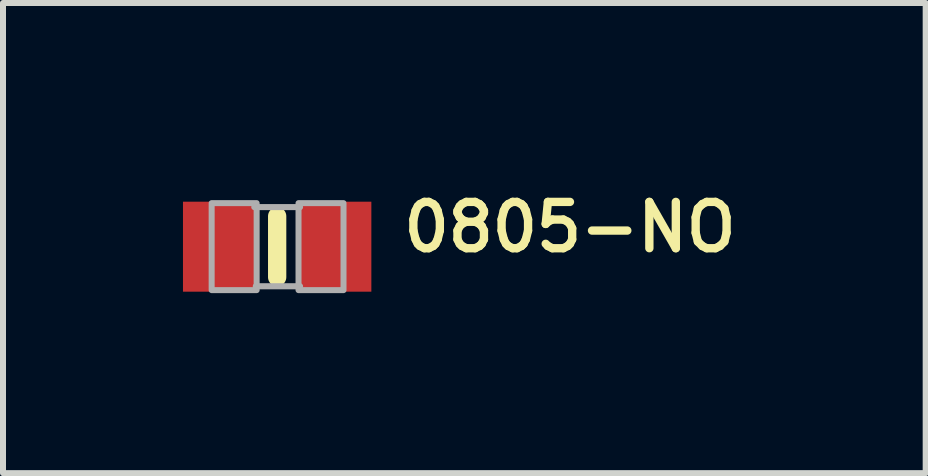
<source format=kicad_pcb>
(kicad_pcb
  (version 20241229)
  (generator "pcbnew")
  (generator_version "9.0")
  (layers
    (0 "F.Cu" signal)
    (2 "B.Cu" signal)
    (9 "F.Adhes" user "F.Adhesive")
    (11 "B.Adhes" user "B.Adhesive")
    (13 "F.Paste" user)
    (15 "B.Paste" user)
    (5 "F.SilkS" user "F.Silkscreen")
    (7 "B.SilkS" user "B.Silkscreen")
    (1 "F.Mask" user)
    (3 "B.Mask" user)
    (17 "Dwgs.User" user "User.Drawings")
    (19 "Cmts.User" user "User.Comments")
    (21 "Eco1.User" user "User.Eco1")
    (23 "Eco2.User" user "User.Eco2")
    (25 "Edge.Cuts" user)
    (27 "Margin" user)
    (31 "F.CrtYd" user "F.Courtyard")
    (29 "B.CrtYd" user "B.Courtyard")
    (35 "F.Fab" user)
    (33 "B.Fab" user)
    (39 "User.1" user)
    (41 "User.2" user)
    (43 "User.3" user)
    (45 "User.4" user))
  (footprint "0805-NO"
    (layer "F.Cu")
    (at 1.57 1.062)
    (property "Reference" "0805-NO" (at 2.032 0.127 180) (layer "F.SilkS") (effects (font (size 0.772 0.772) (thickness 0.139)) (justify left bottom)))
    (attr through_hole)
    (fp_line (start 0 -0.508) (end 0 0.508) (stroke (width 0.305) (type solid)) (layer "F.SilkS"))
    (fp_line (start -0.381 -0.66) (end 0.381 -0.66) (stroke (width 0.102) (type solid)) (layer "F.Fab"))
    (fp_line (start -0.356 0.66) (end 0.381 0.66) (stroke (width 0.102) (type solid)) (layer "F.Fab"))
    (fp_poly (pts (xy -1.092 0.724) (xy -0.342 0.724) (xy -0.342 -0.726) (xy -1.092 -0.726)) (stroke (width 0.1) (type solid)) (fill no) (layer "F.Fab"))
    (fp_poly (pts (xy 0.356 0.724) (xy 1.106 0.724) (xy 1.106 -0.726) (xy 0.356 -0.726)) (stroke (width 0.1) (type solid)) (fill no) (layer "F.Fab"))
    (pad "1" smd rect (at -0.95 0) (size 1.24 1.5) (layers "F.Cu" "F.Mask" "F.Paste"))
    (pad "2" smd rect (at 0.95 0) (size 1.24 1.5) (layers "F.Cu" "F.Mask" "F.Paste")))
  (gr_rect
    (start -3 -3)
    (end 12.38 4.836)
    (stroke (width 0.1) (type default))
    (fill no)
    (layer "Edge.Cuts")))
</source>
